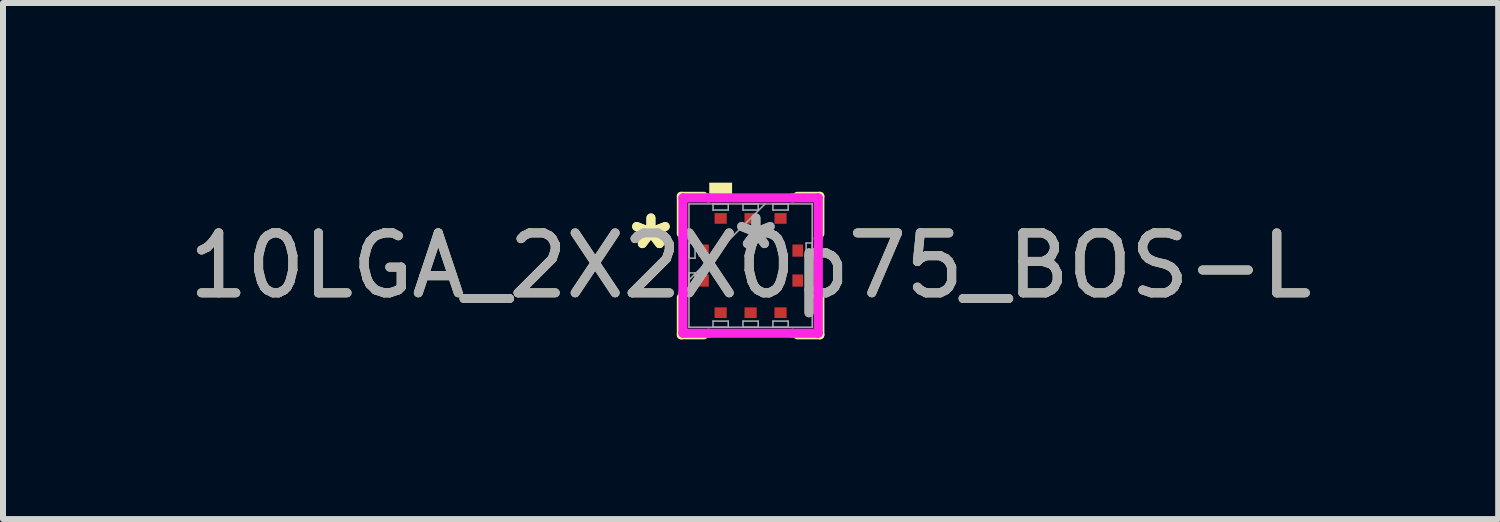
<source format=kicad_pcb>
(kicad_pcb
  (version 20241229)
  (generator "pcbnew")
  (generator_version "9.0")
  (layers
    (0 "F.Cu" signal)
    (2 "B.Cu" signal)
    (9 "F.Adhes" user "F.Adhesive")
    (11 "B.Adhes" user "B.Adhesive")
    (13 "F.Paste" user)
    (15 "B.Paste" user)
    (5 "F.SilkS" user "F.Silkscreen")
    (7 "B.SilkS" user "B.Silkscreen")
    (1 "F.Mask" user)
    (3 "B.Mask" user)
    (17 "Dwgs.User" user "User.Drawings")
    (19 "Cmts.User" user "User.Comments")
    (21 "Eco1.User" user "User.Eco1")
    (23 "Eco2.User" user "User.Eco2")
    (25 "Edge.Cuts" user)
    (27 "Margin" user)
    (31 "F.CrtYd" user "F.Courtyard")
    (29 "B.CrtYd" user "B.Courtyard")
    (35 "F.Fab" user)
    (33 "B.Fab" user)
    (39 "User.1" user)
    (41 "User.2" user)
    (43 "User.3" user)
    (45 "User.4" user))
  (footprint "10LGA_2X2X0p75_BOS-L"
    (layer "F.Cu")
    (at 9.482 1.384)
    (property "Reference" "10LGA_2X2X0p75_BOS-L" (at 0 0 0) (unlocked yes) (layer "F.SilkS") (effects (font (size 1 1) (thickness 0.15))))
    (attr smd)
    (fp_line (start -1.156 -1.156) (end -1.156 -0.532) (stroke (width 0.152) (type solid)) (layer "F.SilkS"))
    (fp_line (start -1.156 0.532) (end -1.156 1.156) (stroke (width 0.152) (type solid)) (layer "F.SilkS"))
    (fp_line (start -1.156 1.156) (end -0.782 1.156) (stroke (width 0.152) (type solid)) (layer "F.SilkS"))
    (fp_line (start -0.782 -1.156) (end -1.156 -1.156) (stroke (width 0.152) (type solid)) (layer "F.SilkS"))
    (fp_line (start 0.782 1.156) (end 1.156 1.156) (stroke (width 0.152) (type solid)) (layer "F.SilkS"))
    (fp_line (start 1.156 -1.156) (end 0.782 -1.156) (stroke (width 0.152) (type solid)) (layer "F.SilkS"))
    (fp_line (start 1.156 -0.532) (end 1.156 -1.156) (stroke (width 0.152) (type solid)) (layer "F.SilkS"))
    (fp_line (start 1.156 1.156) (end 1.156 0.532) (stroke (width 0.152) (type solid)) (layer "F.SilkS"))
    (fp_poly (pts (xy -0.69 -1.13) (xy -0.69 -1.384) (xy -0.309 -1.384) (xy -0.309 -1.13)) (stroke (width 0) (type solid)) (fill yes) (layer "F.SilkS"))
    (fp_line (start -1.13 -1.13) (end -0.703 -1.13) (stroke (width 0.152) (type solid)) (layer "F.CrtYd"))
    (fp_line (start -1.13 -0.453) (end -1.13 -1.13) (stroke (width 0.152) (type solid)) (layer "F.CrtYd"))
    (fp_line (start -1.13 -0.453) (end -1.13 -0.453) (stroke (width 0.152) (type solid)) (layer "F.CrtYd"))
    (fp_line (start -1.13 0.453) (end -1.13 -0.453) (stroke (width 0.152) (type solid)) (layer "F.CrtYd"))
    (fp_line (start -1.13 0.453) (end -1.13 0.453) (stroke (width 0.152) (type solid)) (layer "F.CrtYd"))
    (fp_line (start -1.13 1.13) (end -1.13 0.453) (stroke (width 0.152) (type solid)) (layer "F.CrtYd"))
    (fp_line (start -0.703 -1.13) (end -0.703 -1.13) (stroke (width 0.152) (type solid)) (layer "F.CrtYd"))
    (fp_line (start -0.703 -1.13) (end 0.703 -1.13) (stroke (width 0.152) (type solid)) (layer "F.CrtYd"))
    (fp_line (start -0.703 1.13) (end -1.13 1.13) (stroke (width 0.152) (type solid)) (layer "F.CrtYd"))
    (fp_line (start -0.703 1.13) (end -0.703 1.13) (stroke (width 0.152) (type solid)) (layer "F.CrtYd"))
    (fp_line (start 0.703 -1.13) (end 0.703 -1.13) (stroke (width 0.152) (type solid)) (layer "F.CrtYd"))
    (fp_line (start 0.703 -1.13) (end 1.13 -1.13) (stroke (width 0.152) (type solid)) (layer "F.CrtYd"))
    (fp_line (start 0.703 1.13) (end -0.703 1.13) (stroke (width 0.152) (type solid)) (layer "F.CrtYd"))
    (fp_line (start 0.703 1.13) (end 0.703 1.13) (stroke (width 0.152) (type solid)) (layer "F.CrtYd"))
    (fp_line (start 1.13 -1.13) (end 1.13 -0.453) (stroke (width 0.152) (type solid)) (layer "F.CrtYd"))
    (fp_line (start 1.13 -0.453) (end 1.13 -0.453) (stroke (width 0.152) (type solid)) (layer "F.CrtYd"))
    (fp_line (start 1.13 -0.453) (end 1.13 0.453) (stroke (width 0.152) (type solid)) (layer "F.CrtYd"))
    (fp_line (start 1.13 0.453) (end 1.13 0.453) (stroke (width 0.152) (type solid)) (layer "F.CrtYd"))
    (fp_line (start 1.13 0.453) (end 1.13 1.13) (stroke (width 0.152) (type solid)) (layer "F.CrtYd"))
    (fp_line (start 1.13 1.13) (end 0.703 1.13) (stroke (width 0.152) (type solid)) (layer "F.CrtYd"))
    (fp_line (start -1.029 -1.029) (end -1.029 1.029) (stroke (width 0.025) (type solid)) (layer "F.Fab"))
    (fp_line (start -1.029 -0.377) (end -0.927 -0.377) (stroke (width 0.025) (type solid)) (layer "F.Fab"))
    (fp_line (start -1.029 -0.123) (end -1.029 -0.377) (stroke (width 0.025) (type solid)) (layer "F.Fab"))
    (fp_line (start -1.029 0.123) (end -0.927 0.123) (stroke (width 0.025) (type solid)) (layer "F.Fab"))
    (fp_line (start -1.029 0.241) (end 0.241 -1.029) (stroke (width 0.025) (type solid)) (layer "F.Fab"))
    (fp_line (start -1.029 0.377) (end -1.029 0.123) (stroke (width 0.025) (type solid)) (layer "F.Fab"))
    (fp_line (start -1.029 1.029) (end 1.029 1.029) (stroke (width 0.025) (type solid)) (layer "F.Fab"))
    (fp_line (start -0.927 -0.377) (end -0.927 -0.123) (stroke (width 0.025) (type solid)) (layer "F.Fab"))
    (fp_line (start -0.927 -0.123) (end -1.029 -0.123) (stroke (width 0.025) (type solid)) (layer "F.Fab"))
    (fp_line (start -0.927 0.123) (end -0.927 0.377) (stroke (width 0.025) (type solid)) (layer "F.Fab"))
    (fp_line (start -0.927 0.377) (end -1.029 0.377) (stroke (width 0.025) (type solid)) (layer "F.Fab"))
    (fp_line (start -0.627 -1.029) (end -0.373 -1.029) (stroke (width 0.025) (type solid)) (layer "F.Fab"))
    (fp_line (start -0.627 -0.927) (end -0.627 -1.029) (stroke (width 0.025) (type solid)) (layer "F.Fab"))
    (fp_line (start -0.627 0.927) (end -0.373 0.927) (stroke (width 0.025) (type solid)) (layer "F.Fab"))
    (fp_line (start -0.627 1.029) (end -0.627 0.927) (stroke (width 0.025) (type solid)) (layer "F.Fab"))
    (fp_line (start -0.373 -1.029) (end -0.373 -0.927) (stroke (width 0.025) (type solid)) (layer "F.Fab"))
    (fp_line (start -0.373 -0.927) (end -0.627 -0.927) (stroke (width 0.025) (type solid)) (layer "F.Fab"))
    (fp_line (start -0.373 0.927) (end -0.373 1.029) (stroke (width 0.025) (type solid)) (layer "F.Fab"))
    (fp_line (start -0.373 1.029) (end -0.627 1.029) (stroke (width 0.025) (type solid)) (layer "F.Fab"))
    (fp_line (start -0.127 -1.029) (end 0.127 -1.029) (stroke (width 0.025) (type solid)) (layer "F.Fab"))
    (fp_line (start -0.127 -0.927) (end -0.127 -1.029) (stroke (width 0.025) (type solid)) (layer "F.Fab"))
    (fp_line (start -0.127 0.927) (end 0.127 0.927) (stroke (width 0.025) (type solid)) (layer "F.Fab"))
    (fp_line (start -0.127 1.029) (end -0.127 0.927) (stroke (width 0.025) (type solid)) (layer "F.Fab"))
    (fp_line (start 0.127 -1.029) (end 0.127 -0.927) (stroke (width 0.025) (type solid)) (layer "F.Fab"))
    (fp_line (start 0.127 -0.927) (end -0.127 -0.927) (stroke (width 0.025) (type solid)) (layer "F.Fab"))
    (fp_line (start 0.127 0.927) (end 0.127 1.029) (stroke (width 0.025) (type solid)) (layer "F.Fab"))
    (fp_line (start 0.127 1.029) (end -0.127 1.029) (stroke (width 0.025) (type solid)) (layer "F.Fab"))
    (fp_line (start 0.373 -1.029) (end 0.627 -1.029) (stroke (width 0.025) (type solid)) (layer "F.Fab"))
    (fp_line (start 0.373 -0.927) (end 0.373 -1.029) (stroke (width 0.025) (type solid)) (layer "F.Fab"))
    (fp_line (start 0.373 0.927) (end 0.627 0.927) (stroke (width 0.025) (type solid)) (layer "F.Fab"))
    (fp_line (start 0.373 1.029) (end 0.373 0.927) (stroke (width 0.025) (type solid)) (layer "F.Fab"))
    (fp_line (start 0.627 -1.029) (end 0.627 -0.927) (stroke (width 0.025) (type solid)) (layer "F.Fab"))
    (fp_line (start 0.627 -0.927) (end 0.373 -0.927) (stroke (width 0.025) (type solid)) (layer "F.Fab"))
    (fp_line (start 0.627 0.927) (end 0.627 1.029) (stroke (width 0.025) (type solid)) (layer "F.Fab"))
    (fp_line (start 0.627 1.029) (end 0.373 1.029) (stroke (width 0.025) (type solid)) (layer "F.Fab"))
    (fp_line (start 0.927 -0.377) (end 1.029 -0.377) (stroke (width 0.025) (type solid)) (layer "F.Fab"))
    (fp_line (start 0.927 -0.123) (end 0.927 -0.377) (stroke (width 0.025) (type solid)) (layer "F.Fab"))
    (fp_line (start 0.927 0.123) (end 1.029 0.123) (stroke (width 0.025) (type solid)) (layer "F.Fab"))
    (fp_line (start 0.927 0.377) (end 0.927 0.123) (stroke (width 0.025) (type solid)) (layer "F.Fab"))
    (fp_line (start 1.029 -1.029) (end -1.029 -1.029) (stroke (width 0.025) (type solid)) (layer "F.Fab"))
    (fp_line (start 1.029 -0.377) (end 1.029 -0.123) (stroke (width 0.025) (type solid)) (layer "F.Fab"))
    (fp_line (start 1.029 -0.123) (end 0.927 -0.123) (stroke (width 0.025) (type solid)) (layer "F.Fab"))
    (fp_line (start 1.029 0.123) (end 1.029 0.377) (stroke (width 0.025) (type solid)) (layer "F.Fab"))
    (fp_line (start 1.029 0.377) (end 0.927 0.377) (stroke (width 0.025) (type solid)) (layer "F.Fab"))
    (fp_line (start 1.029 1.029) (end 1.029 -1.029) (stroke (width 0.025) (type solid)) (layer "F.Fab"))
    (fp_text user "*" (at -1.664 -0.25 0) (unlocked yes) (layer "F.SilkS") (effects (font (size 1 1) (thickness 0.15))))
    (fp_text user "*" (at -1.664 -0.25 0) (layer "F.SilkS") (effects (font (size 1 1) (thickness 0.15))))
    (fp_text user "*" (at 0.089 -0.25 0) (layer "F.Fab") (effects (font (size 1 1) (thickness 0.15))))
    (fp_text user "${REFERENCE}" (at 0 0 0) (unlocked yes) (layer "F.Fab") (effects (font (size 1 1) (thickness 0.15))))
    (fp_text user "*" (at 0.089 -0.25 0) (unlocked yes) (layer "F.Fab") (effects (font (size 1 1) (thickness 0.15))))
    (pad "1" smd rect (at -0.787 -0.25 90) (size 0.203 0.178) (layers "F.Cu" "F.Mask" "F.Paste"))
    (pad "2" smd rect (at -0.787 0.25 90) (size 0.203 0.178) (layers "F.Cu" "F.Mask" "F.Paste"))
    (pad "3" smd rect (at -0.5 0.787) (size 0.203 0.178) (layers "F.Cu" "F.Mask" "F.Paste"))
    (pad "4" smd rect (at 0 0.787) (size 0.203 0.178) (layers "F.Cu" "F.Mask" "F.Paste"))
    (pad "5" smd rect (at 0.5 0.787) (size 0.203 0.178) (layers "F.Cu" "F.Mask" "F.Paste"))
    (pad "6" smd rect (at 0.787 0.25 90) (size 0.203 0.178) (layers "F.Cu" "F.Mask" "F.Paste"))
    (pad "7" smd rect (at 0.787 -0.25 90) (size 0.203 0.178) (layers "F.Cu" "F.Mask" "F.Paste"))
    (pad "8" smd rect (at 0.5 -0.787) (size 0.203 0.178) (layers "F.Cu" "F.Mask" "F.Paste"))
    (pad "9" smd rect (at 0 -0.787) (size 0.203 0.178) (layers "F.Cu" "F.Mask" "F.Paste"))
    (pad "10" smd rect (at -0.5 -0.787) (size 0.203 0.178) (layers "F.Cu" "F.Mask" "F.Paste")))
  (gr_rect
    (start -3 -3)
    (end 21.964 5.616)
    (stroke (width 0.1) (type default))
    (fill no)
    (layer "Edge.Cuts")))
</source>
